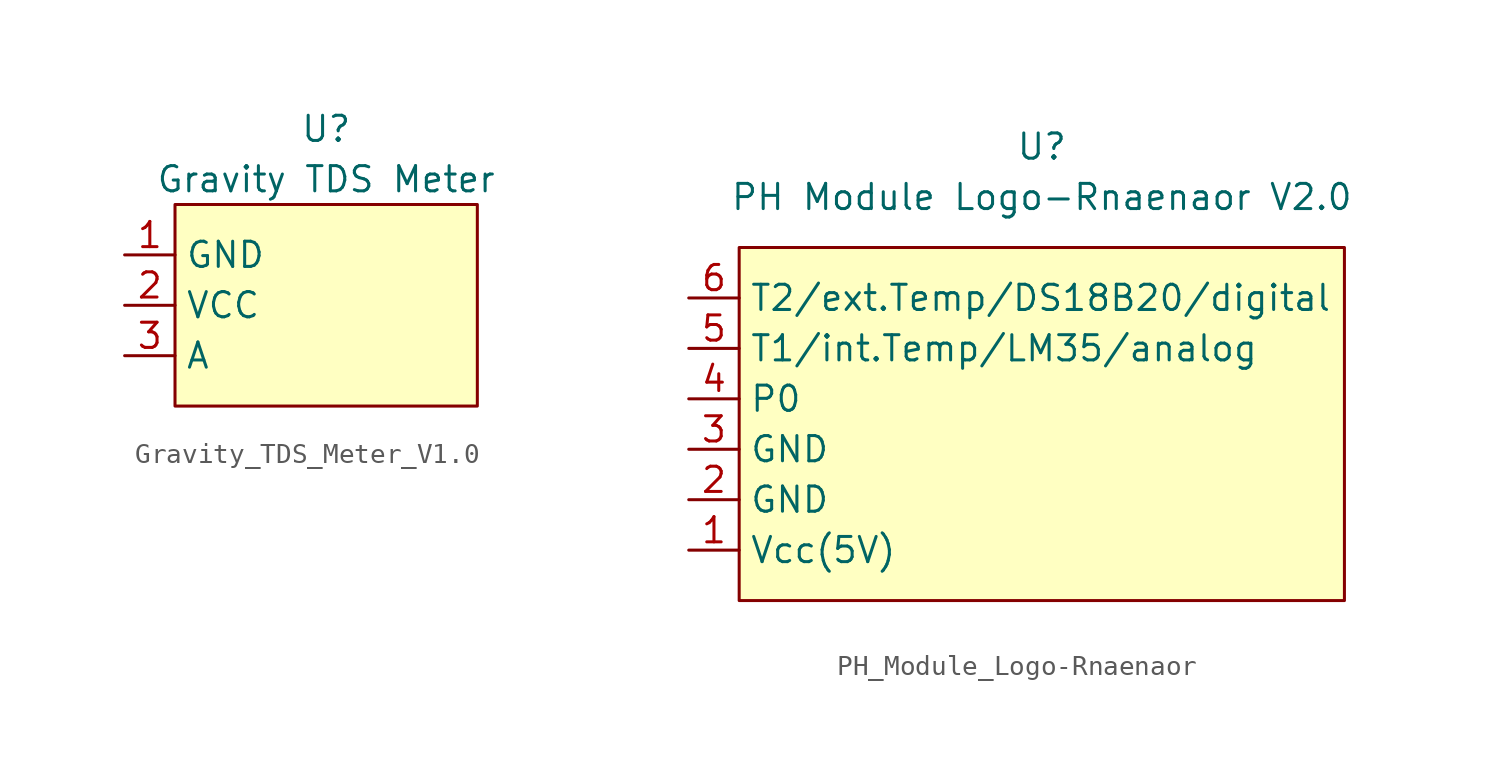
<source format=kicad_sym>
(kicad_symbol_lib
  (version 20241209)
  (generator "kicad_symbol_editor")
  (generator_version "9.0")
  (symbol "Gravity_TDS_Meter_V1.0"
    (property "Reference" "U"
      (at 2.54 25.4 0)
      (do_not_autoplace)
      (effects (font (size 1.27 1.27))))
    (property "Value" "Gravity TDS Meter"
      (at 2.54 22.86 0)
      (do_not_autoplace)
      (effects (font (size 1.27 1.27))))
    (symbol "Gravity_TDS_Meter_V1.0_0_1"
      (rectangle (start -5.08 21.59) (end 10.16 11.43) (stroke (width 0) (type default)) (fill (type color) (color 255 255 194 1))))
    (symbol "Gravity_TDS_Meter_V1.0_1_1"
      (pin input line (at -7.62 19.05 0) (length 2.54) (name "GND" (effects (font (size 1.27 1.27)))) (number "1" (effects (font (size 1.27 1.27)))))
      (pin input line (at -7.62 16.51 0) (length 2.54) (name "VCC" (effects (font (size 1.27 1.27)))) (number "2" (effects (font (size 1.27 1.27)))))
      (pin input line (at -7.62 13.97 0) (length 2.54) (name "A" (effects (font (size 1.27 1.27)))) (number "3" (effects (font (size 1.27 1.27)))))))
  (symbol "PH_Module_Logo-Rnaenaor"
    (property "Reference" "U"
      (at 12.7 2.54 0)
      (do_not_autoplace)
      (effects (font (size 1.27 1.27))))
    (property "Value" "PH Module Logo-Rnaenaor V2.0"
      (at 12.7 0 0)
      (do_not_autoplace)
      (effects (font (size 1.27 1.27))))
    (symbol "PH_Module_Logo-Rnaenaor_0_1"
      (rectangle (start -2.54 -2.54) (end 27.94 -20.32) (stroke (width 0) (type default)) (fill (type background))))
    (symbol "PH_Module_Logo-Rnaenaor_1_1"
      (pin input line (at -5.08 -5.08 0) (length 2.54) (name "T2/ext.Temp/DS18B20/digital" (effects (font (size 1.27 1.27)))) (number "6" (effects (font (size 1.27 1.27)))))
      (pin input line (at -5.08 -7.62 0) (length 2.54) (name "T1/int.Temp/LM35/analog" (effects (font (size 1.27 1.27)))) (number "5" (effects (font (size 1.27 1.27)))))
      (pin input line (at -5.08 -10.16 0) (length 2.54) (name "P0" (effects (font (size 1.27 1.27)))) (number "4" (effects (font (size 1.27 1.27)))))
      (pin input line (at -5.08 -12.7 0) (length 2.54) (name "GND" (effects (font (size 1.27 1.27)))) (number "3" (effects (font (size 1.27 1.27)))))
      (pin input line (at -5.08 -15.24 0) (length 2.54) (name "GND" (effects (font (size 1.27 1.27)))) (number "2" (effects (font (size 1.27 1.27)))))
      (pin input line (at -5.08 -17.78 0) (length 2.54) (name "Vcc(5V)" (effects (font (size 1.27 1.27)))) (number "1" (effects (font (size 1.27 1.27))))))))
</source>
